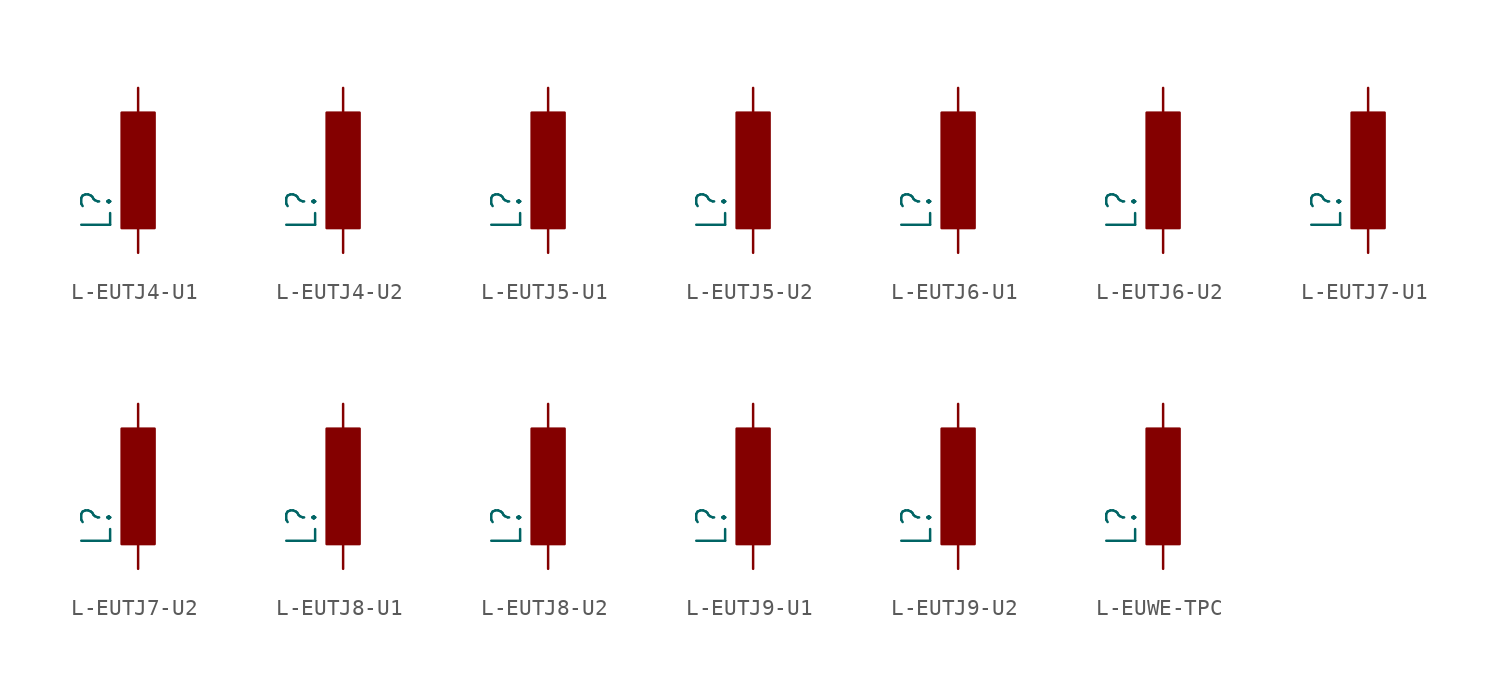
<source format=kicad_sym>
(kicad_symbol_lib
  (version 20220914)
  (generator kicad_symbol_editor)
  (symbol "L-EUTJ4-U1"
    (property "Reference" "L"
      (at -1.499 -3.81 90)
      (effects (font (size 1.778 1.511)) (justify left bottom)))
    (property "Value" ""
      (at 3.302 -3.81 90)
      (effects (font (size 1.778 1.511)) (justify left bottom)))
    (property "ki_locked" ""
      (at 0 0 0)
      (effects (font (size 1.27 1.27))))
    (symbol "L-EUTJ4-U1_1_0"
      (rectangle (start -1.016 -3.556) (end 1.016 3.556) (stroke (width 0) (type default)) (fill (type outline)))
      (pin passive line (at 0 5.08 270) (length 2.54) (name "1" (effects (font (size 0 0)))) (number "1" (effects (font (size 0 0)))))
      (pin passive line (at 0 -5.08 90) (length 2.54) (name "2" (effects (font (size 0 0)))) (number "2" (effects (font (size 0 0)))))))
  (symbol "L-EUTJ4-U2"
    (property "Reference" "L"
      (at -1.499 -3.81 90)
      (effects (font (size 1.778 1.511)) (justify left bottom)))
    (property "Value" ""
      (at 3.302 -3.81 90)
      (effects (font (size 1.778 1.511)) (justify left bottom)))
    (property "ki_locked" ""
      (at 0 0 0)
      (effects (font (size 1.27 1.27))))
    (symbol "L-EUTJ4-U2_1_0"
      (rectangle (start -1.016 -3.556) (end 1.016 3.556) (stroke (width 0) (type default)) (fill (type outline)))
      (pin passive line (at 0 5.08 270) (length 2.54) (name "1" (effects (font (size 0 0)))) (number "1" (effects (font (size 0 0)))))
      (pin passive line (at 0 -5.08 90) (length 2.54) (name "2" (effects (font (size 0 0)))) (number "2" (effects (font (size 0 0)))))))
  (symbol "L-EUTJ5-U1"
    (property "Reference" "L"
      (at -1.499 -3.81 90)
      (effects (font (size 1.778 1.511)) (justify left bottom)))
    (property "Value" ""
      (at 3.302 -3.81 90)
      (effects (font (size 1.778 1.511)) (justify left bottom)))
    (property "ki_locked" ""
      (at 0 0 0)
      (effects (font (size 1.27 1.27))))
    (symbol "L-EUTJ5-U1_1_0"
      (rectangle (start -1.016 -3.556) (end 1.016 3.556) (stroke (width 0) (type default)) (fill (type outline)))
      (pin passive line (at 0 5.08 270) (length 2.54) (name "1" (effects (font (size 0 0)))) (number "1" (effects (font (size 0 0)))))
      (pin passive line (at 0 -5.08 90) (length 2.54) (name "2" (effects (font (size 0 0)))) (number "2" (effects (font (size 0 0)))))))
  (symbol "L-EUTJ5-U2"
    (property "Reference" "L"
      (at -1.499 -3.81 90)
      (effects (font (size 1.778 1.511)) (justify left bottom)))
    (property "Value" ""
      (at 3.302 -3.81 90)
      (effects (font (size 1.778 1.511)) (justify left bottom)))
    (property "ki_locked" ""
      (at 0 0 0)
      (effects (font (size 1.27 1.27))))
    (symbol "L-EUTJ5-U2_1_0"
      (rectangle (start -1.016 -3.556) (end 1.016 3.556) (stroke (width 0) (type default)) (fill (type outline)))
      (pin passive line (at 0 5.08 270) (length 2.54) (name "1" (effects (font (size 0 0)))) (number "1" (effects (font (size 0 0)))))
      (pin passive line (at 0 -5.08 90) (length 2.54) (name "2" (effects (font (size 0 0)))) (number "2" (effects (font (size 0 0)))))))
  (symbol "L-EUTJ6-U1"
    (property "Reference" "L"
      (at -1.499 -3.81 90)
      (effects (font (size 1.778 1.511)) (justify left bottom)))
    (property "Value" ""
      (at 3.302 -3.81 90)
      (effects (font (size 1.778 1.511)) (justify left bottom)))
    (property "ki_locked" ""
      (at 0 0 0)
      (effects (font (size 1.27 1.27))))
    (symbol "L-EUTJ6-U1_1_0"
      (rectangle (start -1.016 -3.556) (end 1.016 3.556) (stroke (width 0) (type default)) (fill (type outline)))
      (pin passive line (at 0 5.08 270) (length 2.54) (name "1" (effects (font (size 0 0)))) (number "1" (effects (font (size 0 0)))))
      (pin passive line (at 0 -5.08 90) (length 2.54) (name "2" (effects (font (size 0 0)))) (number "2" (effects (font (size 0 0)))))))
  (symbol "L-EUTJ6-U2"
    (property "Reference" "L"
      (at -1.499 -3.81 90)
      (effects (font (size 1.778 1.511)) (justify left bottom)))
    (property "Value" ""
      (at 3.302 -3.81 90)
      (effects (font (size 1.778 1.511)) (justify left bottom)))
    (property "ki_locked" ""
      (at 0 0 0)
      (effects (font (size 1.27 1.27))))
    (symbol "L-EUTJ6-U2_1_0"
      (rectangle (start -1.016 -3.556) (end 1.016 3.556) (stroke (width 0) (type default)) (fill (type outline)))
      (pin passive line (at 0 5.08 270) (length 2.54) (name "1" (effects (font (size 0 0)))) (number "1" (effects (font (size 0 0)))))
      (pin passive line (at 0 -5.08 90) (length 2.54) (name "2" (effects (font (size 0 0)))) (number "2" (effects (font (size 0 0)))))))
  (symbol "L-EUTJ7-U1"
    (property "Reference" "L"
      (at -1.499 -3.81 90)
      (effects (font (size 1.778 1.511)) (justify left bottom)))
    (property "Value" ""
      (at 3.302 -3.81 90)
      (effects (font (size 1.778 1.511)) (justify left bottom)))
    (property "ki_locked" ""
      (at 0 0 0)
      (effects (font (size 1.27 1.27))))
    (symbol "L-EUTJ7-U1_1_0"
      (rectangle (start -1.016 -3.556) (end 1.016 3.556) (stroke (width 0) (type default)) (fill (type outline)))
      (pin passive line (at 0 5.08 270) (length 2.54) (name "1" (effects (font (size 0 0)))) (number "1" (effects (font (size 0 0)))))
      (pin passive line (at 0 -5.08 90) (length 2.54) (name "2" (effects (font (size 0 0)))) (number "2" (effects (font (size 0 0)))))))
  (symbol "L-EUTJ7-U2"
    (property "Reference" "L"
      (at -1.499 -3.81 90)
      (effects (font (size 1.778 1.511)) (justify left bottom)))
    (property "Value" ""
      (at 3.302 -3.81 90)
      (effects (font (size 1.778 1.511)) (justify left bottom)))
    (property "ki_locked" ""
      (at 0 0 0)
      (effects (font (size 1.27 1.27))))
    (symbol "L-EUTJ7-U2_1_0"
      (rectangle (start -1.016 -3.556) (end 1.016 3.556) (stroke (width 0) (type default)) (fill (type outline)))
      (pin passive line (at 0 5.08 270) (length 2.54) (name "1" (effects (font (size 0 0)))) (number "1" (effects (font (size 0 0)))))
      (pin passive line (at 0 -5.08 90) (length 2.54) (name "2" (effects (font (size 0 0)))) (number "2" (effects (font (size 0 0)))))))
  (symbol "L-EUTJ8-U1"
    (property "Reference" "L"
      (at -1.499 -3.81 90)
      (effects (font (size 1.778 1.511)) (justify left bottom)))
    (property "Value" ""
      (at 3.302 -3.81 90)
      (effects (font (size 1.778 1.511)) (justify left bottom)))
    (property "ki_locked" ""
      (at 0 0 0)
      (effects (font (size 1.27 1.27))))
    (symbol "L-EUTJ8-U1_1_0"
      (rectangle (start -1.016 -3.556) (end 1.016 3.556) (stroke (width 0) (type default)) (fill (type outline)))
      (pin passive line (at 0 5.08 270) (length 2.54) (name "1" (effects (font (size 0 0)))) (number "1" (effects (font (size 0 0)))))
      (pin passive line (at 0 -5.08 90) (length 2.54) (name "2" (effects (font (size 0 0)))) (number "2" (effects (font (size 0 0)))))))
  (symbol "L-EUTJ8-U2"
    (property "Reference" "L"
      (at -1.499 -3.81 90)
      (effects (font (size 1.778 1.511)) (justify left bottom)))
    (property "Value" ""
      (at 3.302 -3.81 90)
      (effects (font (size 1.778 1.511)) (justify left bottom)))
    (property "ki_locked" ""
      (at 0 0 0)
      (effects (font (size 1.27 1.27))))
    (symbol "L-EUTJ8-U2_1_0"
      (rectangle (start -1.016 -3.556) (end 1.016 3.556) (stroke (width 0) (type default)) (fill (type outline)))
      (pin passive line (at 0 5.08 270) (length 2.54) (name "1" (effects (font (size 0 0)))) (number "1" (effects (font (size 0 0)))))
      (pin passive line (at 0 -5.08 90) (length 2.54) (name "2" (effects (font (size 0 0)))) (number "2" (effects (font (size 0 0)))))))
  (symbol "L-EUTJ9-U1"
    (property "Reference" "L"
      (at -1.499 -3.81 90)
      (effects (font (size 1.778 1.511)) (justify left bottom)))
    (property "Value" ""
      (at 3.302 -3.81 90)
      (effects (font (size 1.778 1.511)) (justify left bottom)))
    (property "ki_locked" ""
      (at 0 0 0)
      (effects (font (size 1.27 1.27))))
    (symbol "L-EUTJ9-U1_1_0"
      (rectangle (start -1.016 -3.556) (end 1.016 3.556) (stroke (width 0) (type default)) (fill (type outline)))
      (pin passive line (at 0 5.08 270) (length 2.54) (name "1" (effects (font (size 0 0)))) (number "1" (effects (font (size 0 0)))))
      (pin passive line (at 0 -5.08 90) (length 2.54) (name "2" (effects (font (size 0 0)))) (number "2" (effects (font (size 0 0)))))))
  (symbol "L-EUTJ9-U2"
    (property "Reference" "L"
      (at -1.499 -3.81 90)
      (effects (font (size 1.778 1.511)) (justify left bottom)))
    (property "Value" ""
      (at 3.302 -3.81 90)
      (effects (font (size 1.778 1.511)) (justify left bottom)))
    (property "ki_locked" ""
      (at 0 0 0)
      (effects (font (size 1.27 1.27))))
    (symbol "L-EUTJ9-U2_1_0"
      (rectangle (start -1.016 -3.556) (end 1.016 3.556) (stroke (width 0) (type default)) (fill (type outline)))
      (pin passive line (at 0 5.08 270) (length 2.54) (name "1" (effects (font (size 0 0)))) (number "1" (effects (font (size 0 0)))))
      (pin passive line (at 0 -5.08 90) (length 2.54) (name "2" (effects (font (size 0 0)))) (number "2" (effects (font (size 0 0)))))))
  (symbol "L-EUWE-TPC"
    (property "Reference" "L"
      (at -1.499 -3.81 90)
      (effects (font (size 1.778 1.511)) (justify left bottom)))
    (property "Value" ""
      (at 3.302 -3.81 90)
      (effects (font (size 1.778 1.511)) (justify left bottom)))
    (property "ki_locked" ""
      (at 0 0 0)
      (effects (font (size 1.27 1.27))))
    (symbol "L-EUWE-TPC_1_0"
      (rectangle (start -1.016 -3.556) (end 1.016 3.556) (stroke (width 0) (type default)) (fill (type outline)))
      (pin passive line (at 0 5.08 270) (length 2.54) (name "1" (effects (font (size 0 0)))) (number "1" (effects (font (size 0 0)))))
      (pin passive line (at 0 -5.08 90) (length 2.54) (name "2" (effects (font (size 0 0)))) (number "2" (effects (font (size 0 0))))))))
</source>
